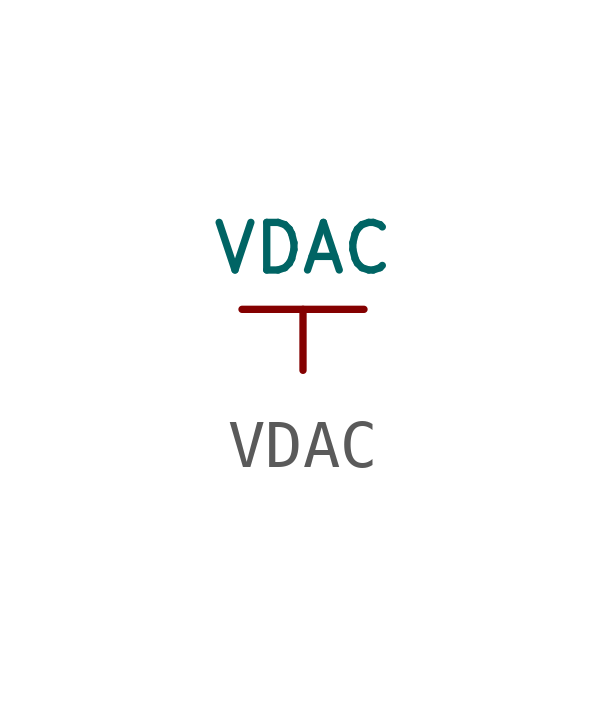
<source format=kicad_sym>
(kicad_symbol_lib
  (version 20220914)
  (generator kicad_symbol_editor)
  (symbol "VDAC"
    (power)
    (pin_numbers hide)
    (pin_names
      (offset 0) hide)
    (property "Reference" "#PWR"
      (at 0 -2.54 0)
      (effects (font (size 1.524 1.524)) hide))
    (property "Value" "VDAC"
      (at 0 1.27 0)
      (effects (font (size 0.991 0.991))))
    (property "Footprint" ""
      (at 0 0 0)
      (effects (font (size 1.524 1.524))))
    (property "Datasheet" ""
      (at 0 0 0)
      (effects (font (size 1.524 1.524))))
    (symbol "VDAC_0_1"
      (polyline (pts (xy -1.27 0) (xy 1.27 0)) (stroke (width 0) (type default)) (fill (type none))))
    (symbol "VDAC_1_1"
      (pin power_in line (at 0 -1.27 90) (length 1.27) (name "VDAC" (effects (font (size 1.27 1.27)))) (number "1" (effects (font (size 1.27 1.27))))))))
</source>
